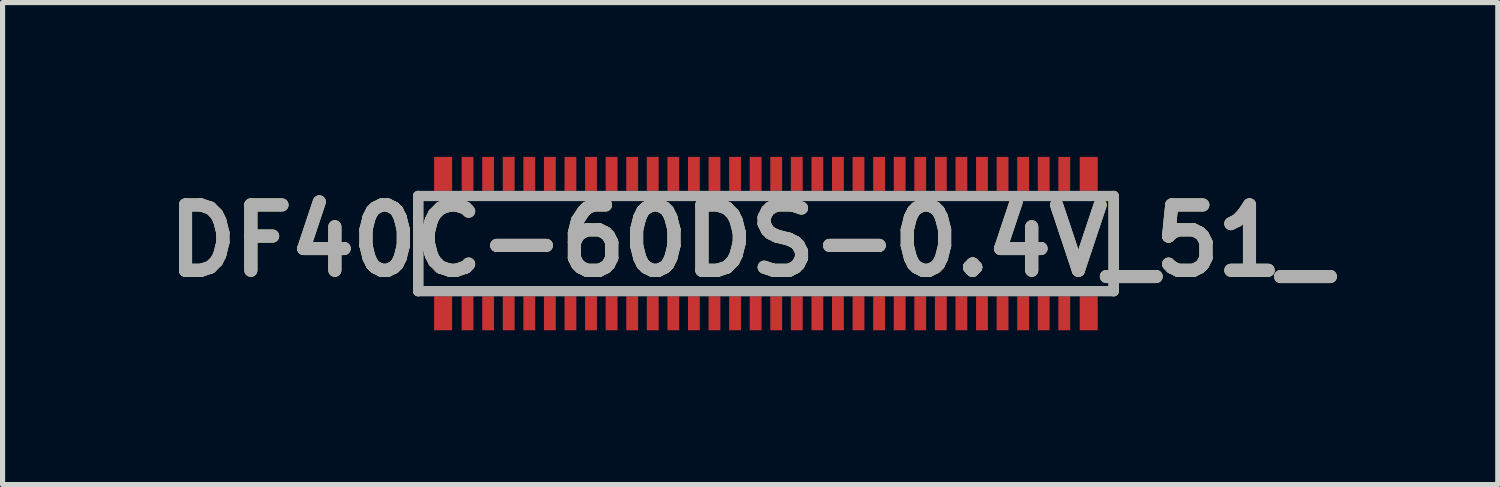
<source format=kicad_pcb>
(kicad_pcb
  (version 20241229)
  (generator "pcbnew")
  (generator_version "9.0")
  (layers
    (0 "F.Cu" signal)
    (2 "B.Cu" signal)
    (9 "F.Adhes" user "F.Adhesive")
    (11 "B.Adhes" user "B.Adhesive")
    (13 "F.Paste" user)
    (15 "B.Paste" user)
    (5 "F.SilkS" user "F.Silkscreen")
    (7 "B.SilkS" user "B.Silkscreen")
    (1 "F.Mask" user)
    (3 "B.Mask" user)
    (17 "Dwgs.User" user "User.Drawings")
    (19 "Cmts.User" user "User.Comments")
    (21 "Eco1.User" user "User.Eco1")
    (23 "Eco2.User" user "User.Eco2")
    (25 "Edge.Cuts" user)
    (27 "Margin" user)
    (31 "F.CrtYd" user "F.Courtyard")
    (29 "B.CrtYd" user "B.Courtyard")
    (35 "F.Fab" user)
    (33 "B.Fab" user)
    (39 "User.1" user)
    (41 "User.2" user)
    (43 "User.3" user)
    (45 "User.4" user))
  (footprint "DF40C-60DS-0.4V_51_"
    (layer "F.Cu")
    (at 11.839 1.685)
    (property "Reference" "DF40C-60DS-0.4V_51_" (at -0.306 -0.055 0) (layer "F.SilkS") (effects (font (size 1.27 1.27) (thickness 0.254))))
    (attr smd)
    (fp_line (start -6.76 0.925) (end -6.76 -0.925) (stroke (width 0.2) (type solid)) (layer "F.SilkS"))
    (fp_line (start 6.76 -0.925) (end 6.76 0.925) (stroke (width 0.2) (type solid)) (layer "F.SilkS"))
    (fp_line (start -6.76 -0.925) (end 6.76 -0.925) (stroke (width 0.2) (type solid)) (layer "F.Fab"))
    (fp_line (start -6.76 0.925) (end -6.76 -0.925) (stroke (width 0.2) (type solid)) (layer "F.Fab"))
    (fp_line (start 6.76 -0.925) (end 6.76 0.925) (stroke (width 0.2) (type solid)) (layer "F.Fab"))
    (fp_line (start 6.76 0.925) (end -6.76 0.925) (stroke (width 0.2) (type solid)) (layer "F.Fab"))
    (fp_text user "${REFERENCE}" (at -0.306 -0.055 0) (layer "F.Fab") (effects (font (size 1.27 1.27) (thickness 0.254))))
    (pad "1" smd rect (at 5.8 1.355) (size 0.23 0.66) (layers "F.Cu" "F.Mask" "F.Paste"))
    (pad "2" smd rect (at 5.8 -1.355) (size 0.23 0.66) (layers "F.Cu" "F.Mask" "F.Paste"))
    (pad "3" smd rect (at 5.4 1.355) (size 0.23 0.66) (layers "F.Cu" "F.Mask" "F.Paste"))
    (pad "4" smd rect (at 5.4 -1.355) (size 0.23 0.66) (layers "F.Cu" "F.Mask" "F.Paste"))
    (pad "5" smd rect (at 5 1.355) (size 0.23 0.66) (layers "F.Cu" "F.Mask" "F.Paste"))
    (pad "6" smd rect (at 5 -1.355) (size 0.23 0.66) (layers "F.Cu" "F.Mask" "F.Paste"))
    (pad "7" smd rect (at 4.6 1.355) (size 0.23 0.66) (layers "F.Cu" "F.Mask" "F.Paste"))
    (pad "8" smd rect (at 4.6 -1.355) (size 0.23 0.66) (layers "F.Cu" "F.Mask" "F.Paste"))
    (pad "9" smd rect (at 4.2 1.355) (size 0.23 0.66) (layers "F.Cu" "F.Mask" "F.Paste"))
    (pad "10" smd rect (at 4.2 -1.355) (size 0.23 0.66) (layers "F.Cu" "F.Mask" "F.Paste"))
    (pad "11" smd rect (at 3.8 1.355) (size 0.23 0.66) (layers "F.Cu" "F.Mask" "F.Paste"))
    (pad "12" smd rect (at 3.8 -1.355) (size 0.23 0.66) (layers "F.Cu" "F.Mask" "F.Paste"))
    (pad "13" smd rect (at 3.4 1.355) (size 0.23 0.66) (layers "F.Cu" "F.Mask" "F.Paste"))
    (pad "14" smd rect (at 3.4 -1.355) (size 0.23 0.66) (layers "F.Cu" "F.Mask" "F.Paste"))
    (pad "15" smd rect (at 3 1.355) (size 0.23 0.66) (layers "F.Cu" "F.Mask" "F.Paste"))
    (pad "16" smd rect (at 3 -1.355) (size 0.23 0.66) (layers "F.Cu" "F.Mask" "F.Paste"))
    (pad "17" smd rect (at 2.6 1.355) (size 0.23 0.66) (layers "F.Cu" "F.Mask" "F.Paste"))
    (pad "18" smd rect (at 2.6 -1.355) (size 0.23 0.66) (layers "F.Cu" "F.Mask" "F.Paste"))
    (pad "19" smd rect (at 2.2 1.355) (size 0.23 0.66) (layers "F.Cu" "F.Mask" "F.Paste"))
    (pad "20" smd rect (at 2.2 -1.355) (size 0.23 0.66) (layers "F.Cu" "F.Mask" "F.Paste"))
    (pad "21" smd rect (at 1.8 1.355) (size 0.23 0.66) (layers "F.Cu" "F.Mask" "F.Paste"))
    (pad "22" smd rect (at 1.8 -1.355) (size 0.23 0.66) (layers "F.Cu" "F.Mask" "F.Paste"))
    (pad "23" smd rect (at 1.4 1.355) (size 0.23 0.66) (layers "F.Cu" "F.Mask" "F.Paste"))
    (pad "24" smd rect (at 1.4 -1.355) (size 0.23 0.66) (layers "F.Cu" "F.Mask" "F.Paste"))
    (pad "25" smd rect (at 1 1.355) (size 0.23 0.66) (layers "F.Cu" "F.Mask" "F.Paste"))
    (pad "26" smd rect (at 1 -1.355) (size 0.23 0.66) (layers "F.Cu" "F.Mask" "F.Paste"))
    (pad "27" smd rect (at 0.6 1.355) (size 0.23 0.66) (layers "F.Cu" "F.Mask" "F.Paste"))
    (pad "28" smd rect (at 0.6 -1.355) (size 0.23 0.66) (layers "F.Cu" "F.Mask" "F.Paste"))
    (pad "29" smd rect (at 0.2 1.355) (size 0.23 0.66) (layers "F.Cu" "F.Mask" "F.Paste"))
    (pad "30" smd rect (at 0.2 -1.355) (size 0.23 0.66) (layers "F.Cu" "F.Mask" "F.Paste"))
    (pad "31" smd rect (at -0.2 1.355) (size 0.23 0.66) (layers "F.Cu" "F.Mask" "F.Paste"))
    (pad "32" smd rect (at -0.2 -1.355) (size 0.23 0.66) (layers "F.Cu" "F.Mask" "F.Paste"))
    (pad "33" smd rect (at -0.6 1.355) (size 0.23 0.66) (layers "F.Cu" "F.Mask" "F.Paste"))
    (pad "34" smd rect (at -0.6 -1.355) (size 0.23 0.66) (layers "F.Cu" "F.Mask" "F.Paste"))
    (pad "35" smd rect (at -1 1.355) (size 0.23 0.66) (layers "F.Cu" "F.Mask" "F.Paste"))
    (pad "36" smd rect (at -1 -1.355) (size 0.23 0.66) (layers "F.Cu" "F.Mask" "F.Paste"))
    (pad "37" smd rect (at -1.4 1.355) (size 0.23 0.66) (layers "F.Cu" "F.Mask" "F.Paste"))
    (pad "38" smd rect (at -1.4 -1.355) (size 0.23 0.66) (layers "F.Cu" "F.Mask" "F.Paste"))
    (pad "39" smd rect (at -1.8 1.355) (size 0.23 0.66) (layers "F.Cu" "F.Mask" "F.Paste"))
    (pad "40" smd rect (at -1.8 -1.355) (size 0.23 0.66) (layers "F.Cu" "F.Mask" "F.Paste"))
    (pad "41" smd rect (at -2.2 1.355) (size 0.23 0.66) (layers "F.Cu" "F.Mask" "F.Paste"))
    (pad "42" smd rect (at -2.2 -1.355) (size 0.23 0.66) (layers "F.Cu" "F.Mask" "F.Paste"))
    (pad "43" smd rect (at -2.6 1.355) (size 0.23 0.66) (layers "F.Cu" "F.Mask" "F.Paste"))
    (pad "44" smd rect (at -2.6 -1.355) (size 0.23 0.66) (layers "F.Cu" "F.Mask" "F.Paste"))
    (pad "45" smd rect (at -3 1.355) (size 0.23 0.66) (layers "F.Cu" "F.Mask" "F.Paste"))
    (pad "46" smd rect (at -3 -1.355) (size 0.23 0.66) (layers "F.Cu" "F.Mask" "F.Paste"))
    (pad "47" smd rect (at -3.4 1.355) (size 0.23 0.66) (layers "F.Cu" "F.Mask" "F.Paste"))
    (pad "48" smd rect (at -3.4 -1.355) (size 0.23 0.66) (layers "F.Cu" "F.Mask" "F.Paste"))
    (pad "49" smd rect (at -3.8 1.355) (size 0.23 0.66) (layers "F.Cu" "F.Mask" "F.Paste"))
    (pad "50" smd rect (at -3.8 -1.355) (size 0.23 0.66) (layers "F.Cu" "F.Mask" "F.Paste"))
    (pad "51" smd rect (at -4.2 1.355) (size 0.23 0.66) (layers "F.Cu" "F.Mask" "F.Paste"))
    (pad "52" smd rect (at -4.2 -1.355) (size 0.23 0.66) (layers "F.Cu" "F.Mask" "F.Paste"))
    (pad "53" smd rect (at -4.6 1.355) (size 0.23 0.66) (layers "F.Cu" "F.Mask" "F.Paste"))
    (pad "54" smd rect (at -4.6 -1.355) (size 0.23 0.66) (layers "F.Cu" "F.Mask" "F.Paste"))
    (pad "55" smd rect (at -5 1.355) (size 0.23 0.66) (layers "F.Cu" "F.Mask" "F.Paste"))
    (pad "56" smd rect (at -5 -1.355) (size 0.23 0.66) (layers "F.Cu" "F.Mask" "F.Paste"))
    (pad "57" smd rect (at -5.4 1.355) (size 0.23 0.66) (layers "F.Cu" "F.Mask" "F.Paste"))
    (pad "58" smd rect (at -5.4 -1.355) (size 0.23 0.66) (layers "F.Cu" "F.Mask" "F.Paste"))
    (pad "59" smd rect (at -5.8 1.355) (size 0.23 0.66) (layers "F.Cu" "F.Mask" "F.Paste"))
    (pad "60" smd rect (at -5.8 -1.355) (size 0.23 0.66) (layers "F.Cu" "F.Mask" "F.Paste"))
    (pad "61" smd rect (at 6.275 -1.355) (size 0.35 0.66) (layers "F.Cu" "F.Mask" "F.Paste"))
    (pad "62" smd rect (at 6.275 1.355) (size 0.35 0.66) (layers "F.Cu" "F.Mask" "F.Paste"))
    (pad "63" smd rect (at -6.275 1.355) (size 0.35 0.66) (layers "F.Cu" "F.Mask" "F.Paste"))
    (pad "64" smd rect (at -6.275 -1.355) (size 0.35 0.66) (layers "F.Cu" "F.Mask" "F.Paste")))
  (gr_rect
    (start -3 -3)
    (end 26.066 6.37)
    (stroke (width 0.1) (type default))
    (fill no)
    (layer "Edge.Cuts")))
</source>
